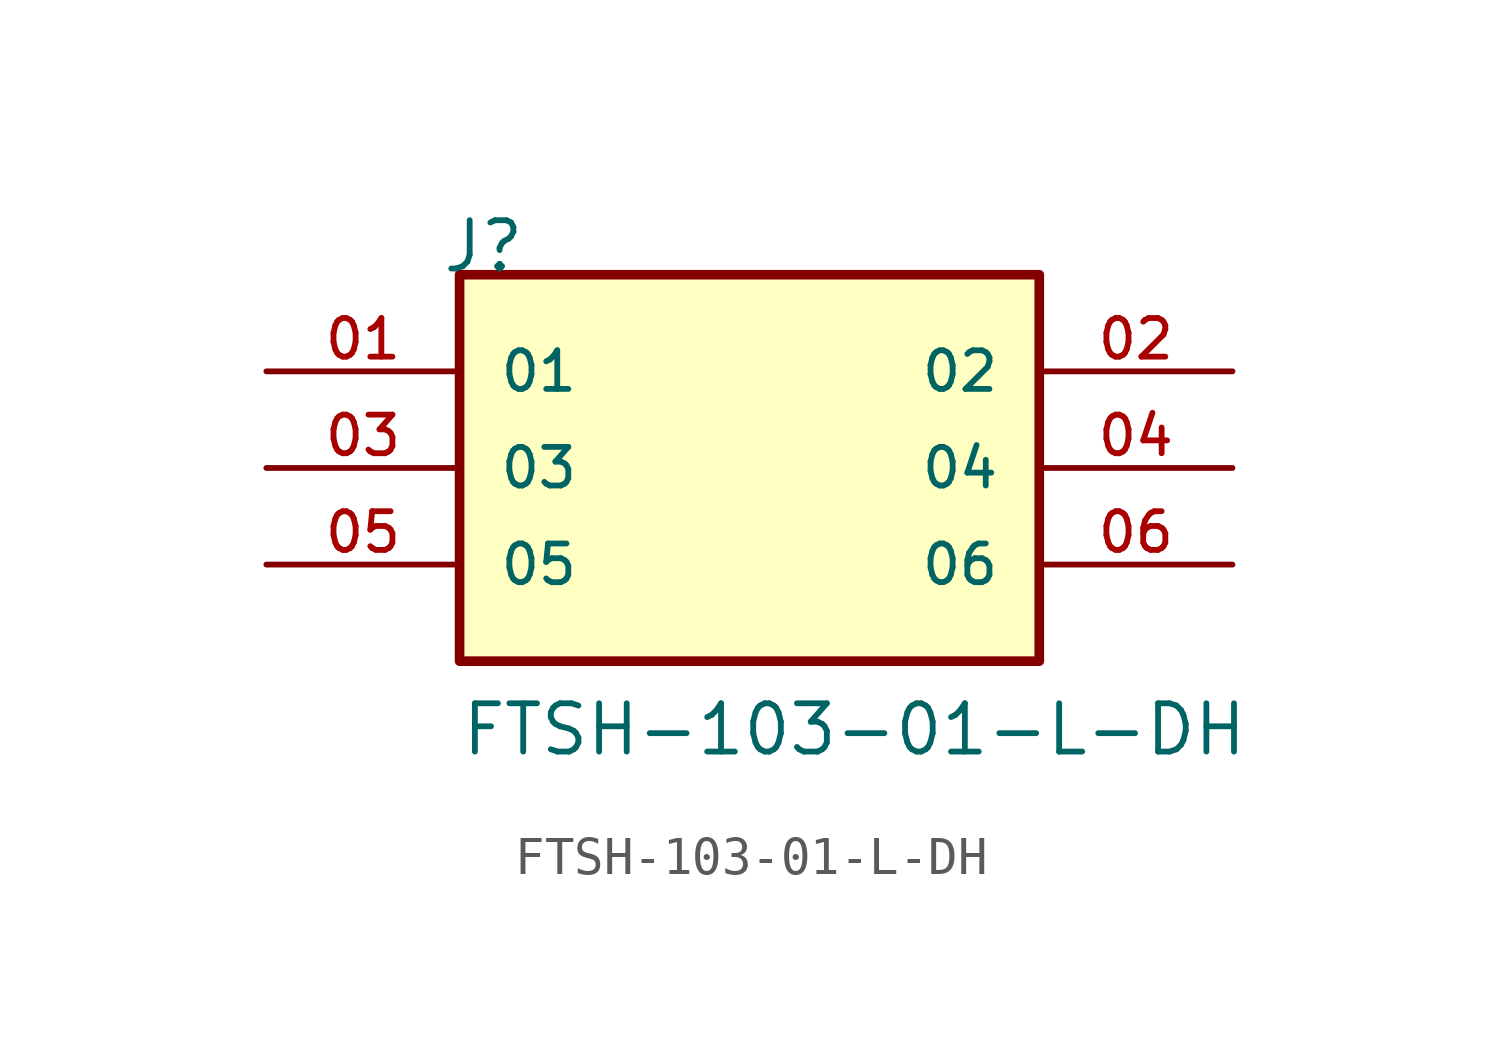
<source format=kicad_sym>
(kicad_symbol_lib
  (version 20211014)
  (generator kicad_symbol_editor)
  (symbol "FTSH-103-01-L-DH"
    (pin_names
      (offset 1.016))
    (property "Reference" "J"
      (at -8.12 5.08 0)
      (effects (font (size 1.27 1.27)) (justify bottom left)))
    (property "Value" "FTSH-103-01-L-DH"
      (at -7.62 -7.62 0)
      (effects (font (size 1.27 1.27)) (justify bottom left)))
    (symbol "FTSH-103-01-L-DH_0_0"
      (rectangle (start -7.62 -5.08) (end 7.62 5.08) (stroke (width 0.254)) (fill (type background)))
      (pin passive line (at -12.7 2.54 0) (length 5.08) (name "01" (effects (font (size 1.016 1.016)))) (number "01" (effects (font (size 1.016 1.016)))))
      (pin passive line (at 12.7 2.54 180.0) (length 5.08) (name "02" (effects (font (size 1.016 1.016)))) (number "02" (effects (font (size 1.016 1.016)))))
      (pin passive line (at -12.7 0.0 0) (length 5.08) (name "03" (effects (font (size 1.016 1.016)))) (number "03" (effects (font (size 1.016 1.016)))))
      (pin passive line (at 12.7 0.0 180.0) (length 5.08) (name "04" (effects (font (size 1.016 1.016)))) (number "04" (effects (font (size 1.016 1.016)))))
      (pin passive line (at -12.7 -2.54 0) (length 5.08) (name "05" (effects (font (size 1.016 1.016)))) (number "05" (effects (font (size 1.016 1.016)))))
      (pin passive line (at 12.7 -2.54 180.0) (length 5.08) (name "06" (effects (font (size 1.016 1.016)))) (number "06" (effects (font (size 1.016 1.016))))))))
</source>
